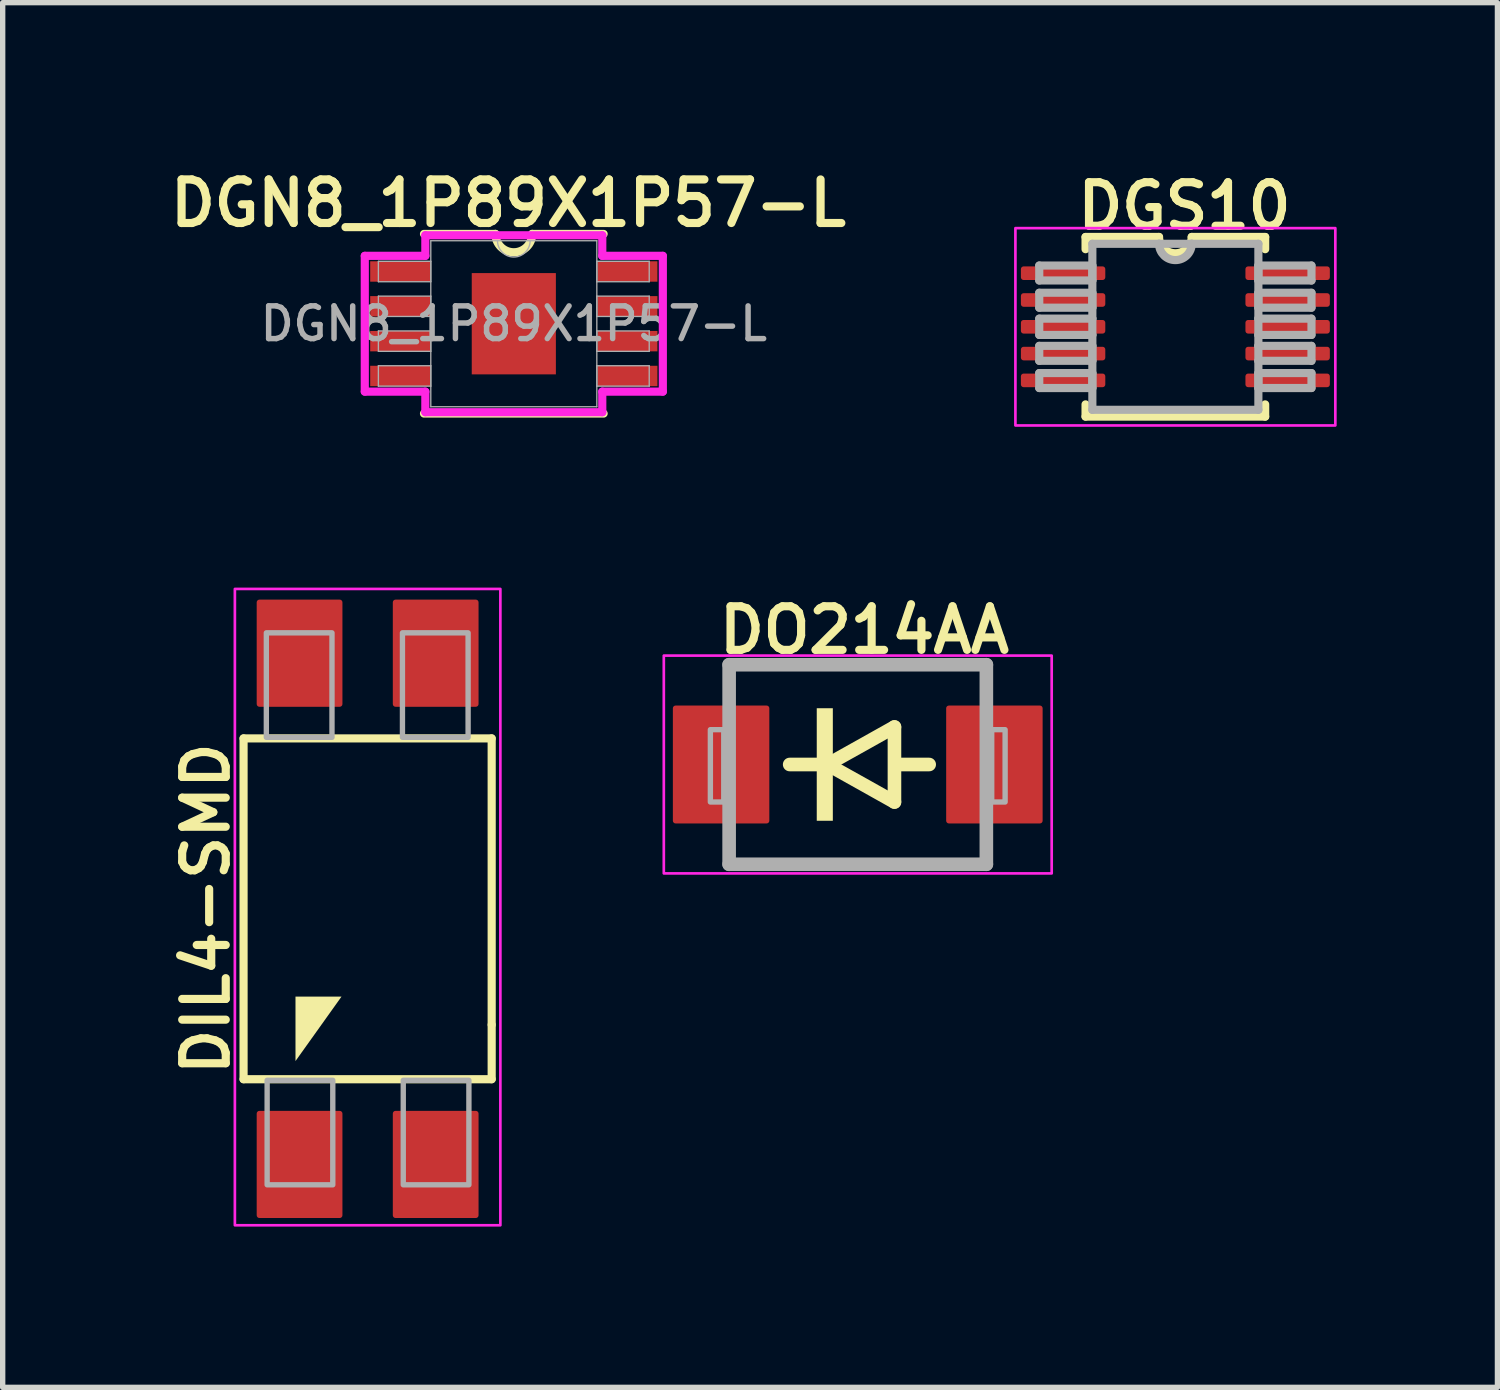
<source format=kicad_pcb>
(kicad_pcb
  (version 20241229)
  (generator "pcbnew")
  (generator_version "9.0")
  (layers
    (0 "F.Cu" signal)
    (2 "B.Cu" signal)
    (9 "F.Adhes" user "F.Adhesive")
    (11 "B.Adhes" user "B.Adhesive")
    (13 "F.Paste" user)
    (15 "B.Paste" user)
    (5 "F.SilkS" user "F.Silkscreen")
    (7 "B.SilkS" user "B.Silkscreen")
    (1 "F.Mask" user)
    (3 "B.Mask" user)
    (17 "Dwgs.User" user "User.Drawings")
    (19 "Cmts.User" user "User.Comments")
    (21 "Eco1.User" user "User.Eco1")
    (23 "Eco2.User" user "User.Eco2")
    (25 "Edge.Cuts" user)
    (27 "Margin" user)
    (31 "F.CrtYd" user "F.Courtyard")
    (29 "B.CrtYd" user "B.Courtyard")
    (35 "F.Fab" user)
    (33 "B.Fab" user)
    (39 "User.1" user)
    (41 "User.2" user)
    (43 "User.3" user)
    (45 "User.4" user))
  (footprint "DGN8_1P89X1P57-L"
    (layer "F.Cu")
    (at 6.538 2.991)
    (property "Reference" "DGN8_1P89X1P57-L" (at -0.102 -2.248 0) (unlocked yes) (layer "F.SilkS") (effects (font (size 0.813 0.813) (thickness 0.152) (bold yes))))
    (attr smd)
    (fp_line (start -1.676 1.676) (end 1.676 1.676) (stroke (width 0.152) (type solid)) (layer "F.SilkS"))
    (fp_line (start -0.343 -1.676) (end -1.676 -1.676) (stroke (width 0.152) (type solid)) (layer "F.SilkS"))
    (fp_line (start 1.676 -1.676) (end 0.343 -1.676) (stroke (width 0.152) (type solid)) (layer "F.SilkS"))
    (fp_arc (start 0.3429 -1.6764) (mid 0 -1.3335) (end -0.3429 -1.6764) (stroke (width 0.1524) (type solid)) (layer "F.SilkS"))
    (fp_line (start -2.781 -1.267) (end -1.651 -1.267) (stroke (width 0.152) (type solid)) (layer "F.CrtYd"))
    (fp_line (start -2.781 1.267) (end -2.781 -1.267) (stroke (width 0.152) (type solid)) (layer "F.CrtYd"))
    (fp_line (start -2.781 1.267) (end -1.651 1.267) (stroke (width 0.152) (type solid)) (layer "F.CrtYd"))
    (fp_line (start -1.651 -1.651) (end 1.651 -1.651) (stroke (width 0.152) (type solid)) (layer "F.CrtYd"))
    (fp_line (start -1.651 -1.267) (end -1.651 -1.651) (stroke (width 0.152) (type solid)) (layer "F.CrtYd"))
    (fp_line (start -1.651 1.651) (end -1.651 1.267) (stroke (width 0.152) (type solid)) (layer "F.CrtYd"))
    (fp_line (start 1.651 -1.651) (end 1.651 -1.267) (stroke (width 0.152) (type solid)) (layer "F.CrtYd"))
    (fp_line (start 1.651 1.267) (end 1.651 1.651) (stroke (width 0.152) (type solid)) (layer "F.CrtYd"))
    (fp_line (start 1.651 1.651) (end -1.651 1.651) (stroke (width 0.152) (type solid)) (layer "F.CrtYd"))
    (fp_line (start 2.781 -1.267) (end 1.651 -1.267) (stroke (width 0.152) (type solid)) (layer "F.CrtYd"))
    (fp_line (start 2.781 -1.267) (end 2.781 1.267) (stroke (width 0.152) (type solid)) (layer "F.CrtYd"))
    (fp_line (start 2.781 1.267) (end 1.651 1.267) (stroke (width 0.152) (type solid)) (layer "F.CrtYd"))
    (fp_line (start -2.527 -1.165) (end -2.527 -0.784) (stroke (width 0.025) (type solid)) (layer "F.Fab"))
    (fp_line (start -2.527 -0.784) (end -1.549 -0.784) (stroke (width 0.025) (type solid)) (layer "F.Fab"))
    (fp_line (start -2.527 -0.515) (end -2.527 -0.135) (stroke (width 0.025) (type solid)) (layer "F.Fab"))
    (fp_line (start -2.527 -0.135) (end -1.549 -0.135) (stroke (width 0.025) (type solid)) (layer "F.Fab"))
    (fp_line (start -2.527 0.135) (end -2.527 0.515) (stroke (width 0.025) (type solid)) (layer "F.Fab"))
    (fp_line (start -2.527 0.515) (end -1.549 0.515) (stroke (width 0.025) (type solid)) (layer "F.Fab"))
    (fp_line (start -2.527 0.784) (end -2.527 1.165) (stroke (width 0.025) (type solid)) (layer "F.Fab"))
    (fp_line (start -2.527 1.165) (end -1.549 1.165) (stroke (width 0.025) (type solid)) (layer "F.Fab"))
    (fp_line (start -1.549 -1.549) (end -1.549 1.549) (stroke (width 0.025) (type solid)) (layer "F.Fab"))
    (fp_line (start -1.549 -1.165) (end -2.527 -1.165) (stroke (width 0.025) (type solid)) (layer "F.Fab"))
    (fp_line (start -1.549 -0.784) (end -1.549 -1.165) (stroke (width 0.025) (type solid)) (layer "F.Fab"))
    (fp_line (start -1.549 -0.515) (end -2.527 -0.515) (stroke (width 0.025) (type solid)) (layer "F.Fab"))
    (fp_line (start -1.549 -0.135) (end -1.549 -0.515) (stroke (width 0.025) (type solid)) (layer "F.Fab"))
    (fp_line (start -1.549 0.135) (end -2.527 0.135) (stroke (width 0.025) (type solid)) (layer "F.Fab"))
    (fp_line (start -1.549 0.515) (end -1.549 0.135) (stroke (width 0.025) (type solid)) (layer "F.Fab"))
    (fp_line (start -1.549 0.784) (end -2.527 0.784) (stroke (width 0.025) (type solid)) (layer "F.Fab"))
    (fp_line (start -1.549 1.165) (end -1.549 0.784) (stroke (width 0.025) (type solid)) (layer "F.Fab"))
    (fp_line (start -1.549 1.549) (end 1.549 1.549) (stroke (width 0.025) (type solid)) (layer "F.Fab"))
    (fp_line (start 1.549 -1.549) (end -1.549 -1.549) (stroke (width 0.025) (type solid)) (layer "F.Fab"))
    (fp_line (start 1.549 -1.165) (end 1.549 -0.784) (stroke (width 0.025) (type solid)) (layer "F.Fab"))
    (fp_line (start 1.549 -0.784) (end 2.527 -0.784) (stroke (width 0.025) (type solid)) (layer "F.Fab"))
    (fp_line (start 1.549 -0.515) (end 1.549 -0.135) (stroke (width 0.025) (type solid)) (layer "F.Fab"))
    (fp_line (start 1.549 -0.135) (end 2.527 -0.135) (stroke (width 0.025) (type solid)) (layer "F.Fab"))
    (fp_line (start 1.549 0.135) (end 1.549 0.515) (stroke (width 0.025) (type solid)) (layer "F.Fab"))
    (fp_line (start 1.549 0.515) (end 2.527 0.515) (stroke (width 0.025) (type solid)) (layer "F.Fab"))
    (fp_line (start 1.549 0.784) (end 1.549 1.165) (stroke (width 0.025) (type solid)) (layer "F.Fab"))
    (fp_line (start 1.549 1.165) (end 2.527 1.165) (stroke (width 0.025) (type solid)) (layer "F.Fab"))
    (fp_line (start 1.549 1.549) (end 1.549 -1.549) (stroke (width 0.025) (type solid)) (layer "F.Fab"))
    (fp_line (start 2.527 -1.165) (end 1.549 -1.165) (stroke (width 0.025) (type solid)) (layer "F.Fab"))
    (fp_line (start 2.527 -0.784) (end 2.527 -1.165) (stroke (width 0.025) (type solid)) (layer "F.Fab"))
    (fp_line (start 2.527 -0.515) (end 1.549 -0.515) (stroke (width 0.025) (type solid)) (layer "F.Fab"))
    (fp_line (start 2.527 -0.135) (end 2.527 -0.515) (stroke (width 0.025) (type solid)) (layer "F.Fab"))
    (fp_line (start 2.527 0.135) (end 1.549 0.135) (stroke (width 0.025) (type solid)) (layer "F.Fab"))
    (fp_line (start 2.527 0.515) (end 2.527 0.135) (stroke (width 0.025) (type solid)) (layer "F.Fab"))
    (fp_line (start 2.527 0.784) (end 1.549 0.784) (stroke (width 0.025) (type solid)) (layer "F.Fab"))
    (fp_line (start 2.527 1.165) (end 2.527 0.784) (stroke (width 0.025) (type solid)) (layer "F.Fab"))
    (fp_arc (start 0.3048 -1.5494) (mid 0 -1.2446) (end -0.3048 -1.5494) (stroke (width 0.0254) (type solid)) (layer "F.Fab"))
    (fp_text user "${REFERENCE}" (at 0 0 0) (unlocked yes) (layer "F.Fab") (effects (font (size 0.61 0.61) (thickness 0.102) (bold yes))))
    (pad "1" smd rect (at -2.121 -0.975) (size 1.118 0.381) (layers "F.Cu" "F.Mask" "F.Paste"))
    (pad "2" smd rect (at -2.121 -0.325) (size 1.118 0.381) (layers "F.Cu" "F.Mask" "F.Paste"))
    (pad "3" smd rect (at -2.121 0.325) (size 1.118 0.381) (layers "F.Cu" "F.Mask" "F.Paste"))
    (pad "4" smd rect (at -2.121 0.975) (size 1.118 0.381) (layers "F.Cu" "F.Mask" "F.Paste"))
    (pad "5" smd rect (at 2.121 0.975) (size 1.118 0.381) (layers "F.Cu" "F.Mask" "F.Paste"))
    (pad "6" smd rect (at 2.121 0.325) (size 1.118 0.381) (layers "F.Cu" "F.Mask" "F.Paste"))
    (pad "7" smd rect (at 2.121 -0.325) (size 1.118 0.381) (layers "F.Cu" "F.Mask" "F.Paste"))
    (pad "8" smd rect (at 2.121 -0.975) (size 1.118 0.381) (layers "F.Cu" "F.Mask" "F.Paste"))
    (pad "9" smd rect (at 0 0) (size 1.57 1.89) (layers "F.Cu" "F.Mask" "F.Paste")))
  (footprint "DIL4-SMD"
    (layer "F.Cu")
    (at 3.81 13.909)
    (property "Reference" "DIL4-SMD" (at -2.54 3.175 90) (layer "F.SilkS") (effects (font (size 0.813 0.813) (thickness 0.152) (bold yes)) (justify left bottom)))
    (attr smd)
    (fp_line (start -2.315 -3.18) (end 2.315 -3.18) (stroke (width 0.152) (type solid)) (layer "F.SilkS"))
    (fp_line (start -2.315 3.18) (end -2.315 -3.18) (stroke (width 0.152) (type solid)) (layer "F.SilkS"))
    (fp_line (start 2.315 -3.18) (end 2.315 2.164) (stroke (width 0.152) (type solid)) (layer "F.SilkS"))
    (fp_line (start 2.315 2.164) (end 2.315 3.18) (stroke (width 0.152) (type solid)) (layer "F.SilkS"))
    (fp_line (start 2.315 3.18) (end -2.315 3.18) (stroke (width 0.152) (type solid)) (layer "F.SilkS"))
    (fp_poly (pts (xy -1.346 2.841) (xy -1.346 1.638) (xy -0.487 1.638)) (stroke (width 0) (type default)) (fill yes) (layer "F.SilkS"))
    (fp_rect (start -2.477 -5.969) (end 2.477 5.905) (stroke (width 0.05) (type default)) (fill no) (layer "F.CrtYd"))
    (fp_poly (pts (xy -1.875 5.15) (xy -0.65 5.15) (xy -0.65 3.2) (xy -1.875 3.2)) (stroke (width 0.1) (type default)) (fill no) (layer "F.Fab"))
    (fp_poly (pts (xy -0.665 -5.15) (xy -1.89 -5.15) (xy -1.89 -3.2) (xy -0.665 -3.2)) (stroke (width 0.1) (type default)) (fill no) (layer "F.Fab"))
    (fp_poly (pts (xy 0.665 5.15) (xy 1.89 5.15) (xy 1.89 3.2) (xy 0.665 3.2)) (stroke (width 0.1) (type default)) (fill no) (layer "F.Fab"))
    (fp_poly (pts (xy 1.875 -5.15) (xy 0.65 -5.15) (xy 0.65 -3.2) (xy 1.875 -3.2)) (stroke (width 0.1) (type default)) (fill no) (layer "F.Fab"))
    (pad "1" smd roundrect (at -1.27 4.77) (size 1.6 2) (layers "F.Cu" "F.Mask" "F.Paste") (roundrect_rratio 0.032))
    (pad "2" smd roundrect (at 1.27 4.77) (size 1.6 2) (layers "F.Cu" "F.Mask" "F.Paste") (roundrect_rratio 0.032))
    (pad "3" smd roundrect (at 1.27 -4.77 180) (size 1.6 2) (layers "F.Cu" "F.Mask" "F.Paste") (roundrect_rratio 0.032))
    (pad "4" smd roundrect (at -1.27 -4.77 180) (size 1.6 2) (layers "F.Cu" "F.Mask" "F.Paste") (roundrect_rratio 0.032)))
  (footprint "DO214AA"
    (layer "F.Cu")
    (at 12.956 11.216)
    (property "Reference" "DO214AA" (at -2.667 -2.032 0) (layer "F.SilkS") (effects (font (size 0.813 0.813) (thickness 0.152) (bold yes)) (justify left bottom)))
    (attr smd)
    (fp_line (start -2.413 -1.841) (end 2.413 -1.841) (stroke (width 0.152) (type default)) (layer "F.SilkS"))
    (fp_line (start -2.413 -1.27) (end -2.413 -1.841) (stroke (width 0.152) (type default)) (layer "F.SilkS"))
    (fp_line (start -2.413 1.841) (end -2.413 1.27) (stroke (width 0.152) (type default)) (layer "F.SilkS"))
    (fp_line (start -0.635 0) (end -1.27 0) (stroke (width 0.254) (type solid)) (layer "F.SilkS"))
    (fp_line (start -0.565 0) (end 0.685 -0.7) (stroke (width 0.254) (type solid)) (layer "F.SilkS"))
    (fp_line (start 0.685 -0.7) (end 0.685 0.7) (stroke (width 0.254) (type solid)) (layer "F.SilkS"))
    (fp_line (start 0.685 0.7) (end -0.565 0) (stroke (width 0.254) (type solid)) (layer "F.SilkS"))
    (fp_line (start 1.333 0) (end 0.699 0) (stroke (width 0.254) (type solid)) (layer "F.SilkS"))
    (fp_line (start 2.413 -1.841) (end 2.413 -1.27) (stroke (width 0.152) (type default)) (layer "F.SilkS"))
    (fp_line (start 2.413 1.27) (end 2.413 1.841) (stroke (width 0.152) (type default)) (layer "F.SilkS"))
    (fp_line (start 2.413 1.841) (end -2.413 1.841) (stroke (width 0.152) (type default)) (layer "F.SilkS"))
    (fp_poly (pts (xy -0.765 1.05) (xy -0.465 1.05) (xy -0.465 -1.05) (xy -0.765 -1.05)) (stroke (width 0) (type default)) (fill yes) (layer "F.SilkS"))
    (fp_rect (start -3.619 -2.032) (end 3.619 2.032) (stroke (width 0.05) (type default)) (fill no) (layer "F.CrtYd"))
    (fp_line (start -2.4 -1.862) (end 2.4 -1.862) (stroke (width 0.254) (type solid)) (layer "F.Fab"))
    (fp_line (start -2.4 1.862) (end -2.4 -1.862) (stroke (width 0.254) (type solid)) (layer "F.Fab"))
    (fp_line (start 2.4 -1.862) (end 2.4 1.862) (stroke (width 0.254) (type solid)) (layer "F.Fab"))
    (fp_line (start 2.4 1.862) (end -2.4 1.862) (stroke (width 0.254) (type solid)) (layer "F.Fab"))
    (fp_poly (pts (xy -2.75 0.7) (xy -2.5 0.7) (xy -2.5 -0.65) (xy -2.75 -0.65)) (stroke (width 0.1) (type default)) (fill no) (layer "F.Fab"))
    (fp_poly (pts (xy 2.5 0.7) (xy 2.75 0.7) (xy 2.75 -0.65) (xy 2.5 -0.65)) (stroke (width 0.1) (type default)) (fill no) (layer "F.Fab"))
    (pad "A" smd roundrect (at 2.55 0) (size 1.8 2.2) (layers "F.Cu" "F.Mask" "F.Paste") (roundrect_rratio 0.028))
    (pad "C" smd roundrect (at -2.55 0) (size 1.8 2.2) (layers "F.Cu" "F.Mask" "F.Paste") (roundrect_rratio 0.028)))
  (footprint "DGS10"
    (layer "F.Cu")
    (at 18.883 3.048)
    (property "Reference" "DGS10" (at -1.905 -1.778 0) (layer "F.SilkS") (effects (font (size 0.813 0.813) (thickness 0.152) (bold yes)) (justify left bottom)))
    (attr smd)
    (fp_line (start -1.676 -1.676) (end -1.676 -1.448) (stroke (width 0.152) (type solid)) (layer "F.SilkS"))
    (fp_line (start -1.676 1.448) (end -1.676 1.676) (stroke (width 0.152) (type solid)) (layer "F.SilkS"))
    (fp_line (start -1.676 1.676) (end 1.676 1.676) (stroke (width 0.152) (type solid)) (layer "F.SilkS"))
    (fp_line (start -0.305 -1.676) (end -1.676 -1.676) (stroke (width 0.152) (type solid)) (layer "F.SilkS"))
    (fp_line (start 1.676 -1.676) (end 0.305 -1.676) (stroke (width 0.152) (type solid)) (layer "F.SilkS"))
    (fp_line (start 1.676 -1.448) (end 1.676 -1.676) (stroke (width 0.152) (type solid)) (layer "F.SilkS"))
    (fp_line (start 1.676 1.676) (end 1.676 1.448) (stroke (width 0.152) (type solid)) (layer "F.SilkS"))
    (fp_arc (start 0.3048 -1.6764) (mid 0 -1.3716) (end -0.3048 -1.6764) (stroke (width 0.1524) (type solid)) (layer "F.SilkS"))
    (fp_rect (start -2.985 -1.841) (end 2.985 1.841) (stroke (width 0.05) (type default)) (fill no) (layer "F.CrtYd"))
    (fp_line (start -2.54 -1.143) (end -2.54 -0.864) (stroke (width 0.152) (type solid)) (layer "F.Fab"))
    (fp_line (start -2.54 -0.864) (end -1.549 -0.864) (stroke (width 0.152) (type solid)) (layer "F.Fab"))
    (fp_line (start -2.54 -0.635) (end -2.54 -0.356) (stroke (width 0.152) (type solid)) (layer "F.Fab"))
    (fp_line (start -2.54 -0.356) (end -1.549 -0.356) (stroke (width 0.152) (type solid)) (layer "F.Fab"))
    (fp_line (start -2.54 -0.152) (end -2.54 0.152) (stroke (width 0.152) (type solid)) (layer "F.Fab"))
    (fp_line (start -2.54 0.152) (end -1.549 0.152) (stroke (width 0.152) (type solid)) (layer "F.Fab"))
    (fp_line (start -2.54 0.356) (end -2.54 0.635) (stroke (width 0.152) (type solid)) (layer "F.Fab"))
    (fp_line (start -2.54 0.635) (end -1.549 0.635) (stroke (width 0.152) (type solid)) (layer "F.Fab"))
    (fp_line (start -2.54 0.864) (end -2.54 1.143) (stroke (width 0.152) (type solid)) (layer "F.Fab"))
    (fp_line (start -2.54 1.143) (end -1.549 1.143) (stroke (width 0.152) (type solid)) (layer "F.Fab"))
    (fp_line (start -1.549 -1.549) (end -1.549 -0.152) (stroke (width 0.152) (type solid)) (layer "F.Fab"))
    (fp_line (start -1.549 -1.143) (end -2.54 -1.143) (stroke (width 0.152) (type solid)) (layer "F.Fab"))
    (fp_line (start -1.549 -0.864) (end -1.549 -1.143) (stroke (width 0.152) (type solid)) (layer "F.Fab"))
    (fp_line (start -1.549 -0.635) (end -2.54 -0.635) (stroke (width 0.152) (type solid)) (layer "F.Fab"))
    (fp_line (start -1.549 -0.356) (end -1.549 -0.635) (stroke (width 0.152) (type solid)) (layer "F.Fab"))
    (fp_line (start -1.549 -0.152) (end -2.54 -0.152) (stroke (width 0.152) (type solid)) (layer "F.Fab"))
    (fp_line (start -1.549 0.152) (end -1.549 -0.152) (stroke (width 0.152) (type solid)) (layer "F.Fab"))
    (fp_line (start -1.549 0.152) (end -1.549 1.549) (stroke (width 0.152) (type solid)) (layer "F.Fab"))
    (fp_line (start -1.549 0.356) (end -2.54 0.356) (stroke (width 0.152) (type solid)) (layer "F.Fab"))
    (fp_line (start -1.549 0.635) (end -1.549 0.356) (stroke (width 0.152) (type solid)) (layer "F.Fab"))
    (fp_line (start -1.549 0.864) (end -2.54 0.864) (stroke (width 0.152) (type solid)) (layer "F.Fab"))
    (fp_line (start -1.549 1.143) (end -1.549 0.864) (stroke (width 0.152) (type solid)) (layer "F.Fab"))
    (fp_line (start -1.549 1.549) (end 1.549 1.549) (stroke (width 0.152) (type solid)) (layer "F.Fab"))
    (fp_line (start -0.305 -1.549) (end -1.549 -1.549) (stroke (width 0.152) (type solid)) (layer "F.Fab"))
    (fp_line (start 0.305 -1.549) (end -0.305 -1.549) (stroke (width 0.152) (type solid)) (layer "F.Fab"))
    (fp_line (start 1.549 -1.549) (end 0.305 -1.549) (stroke (width 0.152) (type solid)) (layer "F.Fab"))
    (fp_line (start 1.549 -1.143) (end 1.549 -0.864) (stroke (width 0.152) (type solid)) (layer "F.Fab"))
    (fp_line (start 1.549 -0.864) (end 2.54 -0.864) (stroke (width 0.152) (type solid)) (layer "F.Fab"))
    (fp_line (start 1.549 -0.635) (end 1.549 -0.356) (stroke (width 0.152) (type solid)) (layer "F.Fab"))
    (fp_line (start 1.549 -0.356) (end 2.54 -0.356) (stroke (width 0.152) (type solid)) (layer "F.Fab"))
    (fp_line (start 1.549 -0.152) (end 1.549 -1.549) (stroke (width 0.152) (type solid)) (layer "F.Fab"))
    (fp_line (start 1.549 -0.152) (end 1.549 0.152) (stroke (width 0.152) (type solid)) (layer "F.Fab"))
    (fp_line (start 1.549 0.152) (end 2.54 0.152) (stroke (width 0.152) (type solid)) (layer "F.Fab"))
    (fp_line (start 1.549 0.356) (end 1.549 0.152) (stroke (width 0.152) (type solid)) (layer "F.Fab"))
    (fp_line (start 1.549 0.356) (end 1.549 0.635) (stroke (width 0.152) (type solid)) (layer "F.Fab"))
    (fp_line (start 1.549 0.635) (end 2.54 0.635) (stroke (width 0.152) (type solid)) (layer "F.Fab"))
    (fp_line (start 1.549 0.864) (end 1.549 1.143) (stroke (width 0.152) (type solid)) (layer "F.Fab"))
    (fp_line (start 1.549 1.143) (end 2.54 1.143) (stroke (width 0.152) (type solid)) (layer "F.Fab"))
    (fp_line (start 1.549 1.549) (end 1.549 0.635) (stroke (width 0.152) (type solid)) (layer "F.Fab"))
    (fp_line (start 2.54 -1.143) (end 1.549 -1.143) (stroke (width 0.152) (type solid)) (layer "F.Fab"))
    (fp_line (start 2.54 -0.864) (end 2.54 -1.143) (stroke (width 0.152) (type solid)) (layer "F.Fab"))
    (fp_line (start 2.54 -0.635) (end 1.549 -0.635) (stroke (width 0.152) (type solid)) (layer "F.Fab"))
    (fp_line (start 2.54 -0.356) (end 2.54 -0.635) (stroke (width 0.152) (type solid)) (layer "F.Fab"))
    (fp_line (start 2.54 -0.152) (end 1.549 -0.152) (stroke (width 0.152) (type solid)) (layer "F.Fab"))
    (fp_line (start 2.54 0.152) (end 2.54 -0.152) (stroke (width 0.152) (type solid)) (layer "F.Fab"))
    (fp_line (start 2.54 0.356) (end 1.549 0.356) (stroke (width 0.152) (type solid)) (layer "F.Fab"))
    (fp_line (start 2.54 0.635) (end 2.54 0.356) (stroke (width 0.152) (type solid)) (layer "F.Fab"))
    (fp_line (start 2.54 0.864) (end 1.549 0.864) (stroke (width 0.152) (type solid)) (layer "F.Fab"))
    (fp_line (start 2.54 1.143) (end 2.54 0.864) (stroke (width 0.152) (type solid)) (layer "F.Fab"))
    (fp_arc (start 0.3048 -1.5494) (mid 0 -1.2446) (end -0.3048 -1.5494) (stroke (width 0.1524) (type solid)) (layer "F.Fab"))
    (pad "1" smd roundrect (at -2.095 -1) (size 1.575 0.254) (layers "F.Cu" "F.Mask" "F.Paste") (roundrect_rratio 0.2))
    (pad "2" smd roundrect (at -2.095 -0.5) (size 1.575 0.254) (layers "F.Cu" "F.Mask" "F.Paste") (roundrect_rratio 0.2))
    (pad "3" smd roundrect (at -2.095 0) (size 1.575 0.254) (layers "F.Cu" "F.Mask" "F.Paste") (roundrect_rratio 0.2))
    (pad "4" smd roundrect (at -2.095 0.5) (size 1.575 0.254) (layers "F.Cu" "F.Mask" "F.Paste") (roundrect_rratio 0.2))
    (pad "5" smd roundrect (at -2.095 1) (size 1.575 0.254) (layers "F.Cu" "F.Mask" "F.Paste") (roundrect_rratio 0.2))
    (pad "6" smd roundrect (at 2.095 1) (size 1.575 0.254) (layers "F.Cu" "F.Mask" "F.Paste") (roundrect_rratio 0.2))
    (pad "7" smd roundrect (at 2.095 0.5) (size 1.575 0.254) (layers "F.Cu" "F.Mask" "F.Paste") (roundrect_rratio 0.2))
    (pad "8" smd roundrect (at 2.095 0) (size 1.575 0.254) (layers "F.Cu" "F.Mask" "F.Paste") (roundrect_rratio 0.2))
    (pad "9" smd roundrect (at 2.095 -0.5) (size 1.575 0.254) (layers "F.Cu" "F.Mask" "F.Paste") (roundrect_rratio 0.2))
    (pad "10" smd roundrect (at 2.095 -1) (size 1.575 0.254) (layers "F.Cu" "F.Mask" "F.Paste") (roundrect_rratio 0.2)))
  (gr_rect
    (start -3 -3)
    (end 24.893 22.839)
    (stroke (width 0.1) (type default))
    (fill no)
    (layer "Edge.Cuts")))
</source>
